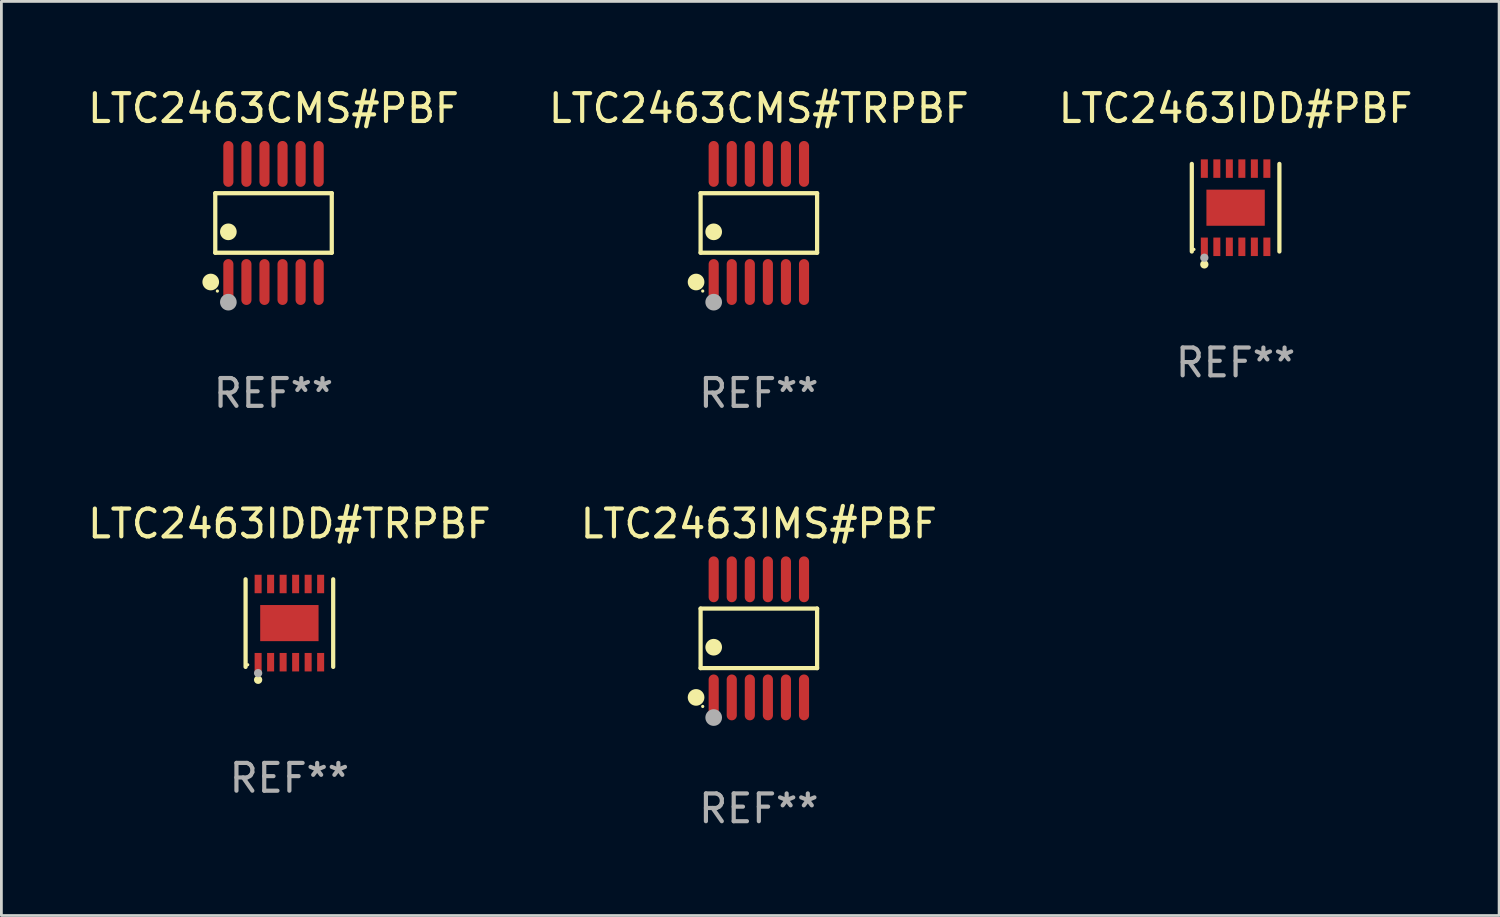
<source format=kicad_pcb>
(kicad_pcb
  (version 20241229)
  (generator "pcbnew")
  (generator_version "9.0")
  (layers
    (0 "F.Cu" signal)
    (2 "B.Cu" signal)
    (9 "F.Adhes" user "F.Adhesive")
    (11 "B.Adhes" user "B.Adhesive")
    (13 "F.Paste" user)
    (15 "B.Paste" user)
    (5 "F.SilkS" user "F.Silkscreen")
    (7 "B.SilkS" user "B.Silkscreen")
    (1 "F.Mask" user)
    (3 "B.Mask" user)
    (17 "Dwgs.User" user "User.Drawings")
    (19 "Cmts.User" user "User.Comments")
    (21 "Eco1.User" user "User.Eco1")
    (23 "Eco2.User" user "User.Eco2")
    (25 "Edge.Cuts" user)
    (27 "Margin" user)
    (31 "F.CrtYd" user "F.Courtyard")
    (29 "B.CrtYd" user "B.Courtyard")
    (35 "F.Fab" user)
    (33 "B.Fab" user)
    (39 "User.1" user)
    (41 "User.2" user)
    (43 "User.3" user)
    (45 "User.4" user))
  (footprint "LTC2463CMS#TRPBF"
    (layer "F.Cu")
    (at 24.256 4.973)
    (property "Reference" "LTC2463CMS#TRPBF" (at 0 -4.125 0) (layer "F.SilkS") (effects (font (size 1 1) (thickness 0.15))))
    (attr through_hole)
    (fp_line (start -2.096 -1.071) (end 2.096 -1.071) (stroke (width 0.152) (type solid)) (layer "F.SilkS"))
    (fp_line (start -2.096 1.071) (end -2.096 -1.071) (stroke (width 0.152) (type solid)) (layer "F.SilkS"))
    (fp_line (start 2.096 -1.071) (end 2.096 1.071) (stroke (width 0.152) (type solid)) (layer "F.SilkS"))
    (fp_line (start 2.096 1.071) (end -2.096 1.071) (stroke (width 0.152) (type solid)) (layer "F.SilkS"))
    (fp_circle (center -2.259 2.125) (end -2.109 2.125) (stroke (width 0.3) (type solid)) (fill no) (layer "F.SilkS"))
    (fp_circle (center -2.02 2.45) (end -1.99 2.45) (stroke (width 0.06) (type solid)) (fill no) (layer "F.SilkS"))
    (fp_circle (center -1.625 0.319) (end -1.475 0.319) (stroke (width 0.3) (type solid)) (fill no) (layer "F.SilkS"))
    (fp_circle (center -1.625 2.85) (end -1.475 2.85) (stroke (width 0.3) (type solid)) (fill no) (layer "F.Fab"))
    (fp_text user "REF**" (at 0 6.125 0) (layer "F.Fab") (effects (font (size 1 1) (thickness 0.15))))
    (pad "1" smd oval (at -1.625 2.125) (size 0.364 1.65) (layers "F.Cu" "F.Mask" "F.Paste"))
    (pad "2" smd oval (at -0.975 2.125) (size 0.364 1.65) (layers "F.Cu" "F.Mask" "F.Paste"))
    (pad "3" smd oval (at -0.325 2.125) (size 0.364 1.65) (layers "F.Cu" "F.Mask" "F.Paste"))
    (pad "4" smd oval (at 0.325 2.125) (size 0.364 1.65) (layers "F.Cu" "F.Mask" "F.Paste"))
    (pad "5" smd oval (at 0.975 2.125) (size 0.364 1.65) (layers "F.Cu" "F.Mask" "F.Paste"))
    (pad "6" smd oval (at 1.625 2.125) (size 0.364 1.65) (layers "F.Cu" "F.Mask" "F.Paste"))
    (pad "7" smd oval (at 1.625 -2.125) (size 0.364 1.65) (layers "F.Cu" "F.Mask" "F.Paste"))
    (pad "8" smd oval (at 0.975 -2.125) (size 0.364 1.65) (layers "F.Cu" "F.Mask" "F.Paste"))
    (pad "9" smd oval (at 0.325 -2.125) (size 0.364 1.65) (layers "F.Cu" "F.Mask" "F.Paste"))
    (pad "10" smd oval (at -0.325 -2.125) (size 0.364 1.65) (layers "F.Cu" "F.Mask" "F.Paste"))
    (pad "11" smd oval (at -0.975 -2.125) (size 0.364 1.65) (layers "F.Cu" "F.Mask" "F.Paste"))
    (pad "12" smd oval (at -1.625 -2.125) (size 0.364 1.65) (layers "F.Cu" "F.Mask" "F.Paste")))
  (footprint "LTC2463IMS#PBF"
    (layer "F.Cu")
    (at 24.256 19.92)
    (property "Reference" "LTC2463IMS#PBF" (at 0 -4.125 0) (layer "F.SilkS") (effects (font (size 1 1) (thickness 0.15))))
    (attr through_hole)
    (fp_line (start -2.096 -1.071) (end 2.096 -1.071) (stroke (width 0.152) (type solid)) (layer "F.SilkS"))
    (fp_line (start -2.096 1.071) (end -2.096 -1.071) (stroke (width 0.152) (type solid)) (layer "F.SilkS"))
    (fp_line (start 2.096 -1.071) (end 2.096 1.071) (stroke (width 0.152) (type solid)) (layer "F.SilkS"))
    (fp_line (start 2.096 1.071) (end -2.096 1.071) (stroke (width 0.152) (type solid)) (layer "F.SilkS"))
    (fp_circle (center -2.259 2.125) (end -2.109 2.125) (stroke (width 0.3) (type solid)) (fill no) (layer "F.SilkS"))
    (fp_circle (center -2.02 2.45) (end -1.99 2.45) (stroke (width 0.06) (type solid)) (fill no) (layer "F.SilkS"))
    (fp_circle (center -1.625 0.319) (end -1.475 0.319) (stroke (width 0.3) (type solid)) (fill no) (layer "F.SilkS"))
    (fp_circle (center -1.625 2.85) (end -1.475 2.85) (stroke (width 0.3) (type solid)) (fill no) (layer "F.Fab"))
    (fp_text user "REF**" (at 0 6.125 0) (layer "F.Fab") (effects (font (size 1 1) (thickness 0.15))))
    (pad "1" smd oval (at -1.625 2.125) (size 0.364 1.65) (layers "F.Cu" "F.Mask" "F.Paste"))
    (pad "2" smd oval (at -0.975 2.125) (size 0.364 1.65) (layers "F.Cu" "F.Mask" "F.Paste"))
    (pad "3" smd oval (at -0.325 2.125) (size 0.364 1.65) (layers "F.Cu" "F.Mask" "F.Paste"))
    (pad "4" smd oval (at 0.325 2.125) (size 0.364 1.65) (layers "F.Cu" "F.Mask" "F.Paste"))
    (pad "5" smd oval (at 0.975 2.125) (size 0.364 1.65) (layers "F.Cu" "F.Mask" "F.Paste"))
    (pad "6" smd oval (at 1.625 2.125) (size 0.364 1.65) (layers "F.Cu" "F.Mask" "F.Paste"))
    (pad "7" smd oval (at 1.625 -2.125) (size 0.364 1.65) (layers "F.Cu" "F.Mask" "F.Paste"))
    (pad "8" smd oval (at 0.975 -2.125) (size 0.364 1.65) (layers "F.Cu" "F.Mask" "F.Paste"))
    (pad "9" smd oval (at 0.325 -2.125) (size 0.364 1.65) (layers "F.Cu" "F.Mask" "F.Paste"))
    (pad "10" smd oval (at -0.325 -2.125) (size 0.364 1.65) (layers "F.Cu" "F.Mask" "F.Paste"))
    (pad "11" smd oval (at -0.975 -2.125) (size 0.364 1.65) (layers "F.Cu" "F.Mask" "F.Paste"))
    (pad "12" smd oval (at -1.625 -2.125) (size 0.364 1.65) (layers "F.Cu" "F.Mask" "F.Paste")))
  (footprint "LTC2463IDD#TRPBF"
    (layer "F.Cu")
    (at 7.363 19.371)
    (property "Reference" "LTC2463IDD#TRPBF" (at 0 -3.576 0) (layer "F.SilkS") (effects (font (size 1 1) (thickness 0.15))))
    (attr through_hole)
    (fp_line (start -1.576 1.576) (end -1.576 -1.576) (stroke (width 0.152) (type solid)) (layer "F.SilkS"))
    (fp_line (start 1.576 1.576) (end 1.576 -1.576) (stroke (width 0.152) (type solid)) (layer "F.SilkS"))
    (fp_circle (center -1.5 1.5) (end -1.47 1.5) (stroke (width 0.06) (type solid)) (fill no) (layer "F.SilkS"))
    (fp_circle (center -1.125 2.04) (end -1.05 2.04) (stroke (width 0.15) (type solid)) (fill no) (layer "F.SilkS"))
    (fp_circle (center -1.125 1.8) (end -1.05 1.8) (stroke (width 0.15) (type solid)) (fill no) (layer "F.Fab"))
    (fp_text user "REF**" (at 0 5.576 0) (layer "F.Fab") (effects (font (size 1 1) (thickness 0.15))))
    (pad "1" smd rect (at -1.125 1.407) (size 0.252 0.665) (layers "F.Cu" "F.Mask" "F.Paste"))
    (pad "2" smd rect (at -0.675 1.407) (size 0.252 0.665) (layers "F.Cu" "F.Mask" "F.Paste"))
    (pad "3" smd rect (at -0.225 1.407) (size 0.252 0.665) (layers "F.Cu" "F.Mask" "F.Paste"))
    (pad "4" smd rect (at 0.225 1.407) (size 0.252 0.665) (layers "F.Cu" "F.Mask" "F.Paste"))
    (pad "5" smd rect (at 0.675 1.407) (size 0.252 0.665) (layers "F.Cu" "F.Mask" "F.Paste"))
    (pad "6" smd rect (at 1.125 1.407) (size 0.252 0.665) (layers "F.Cu" "F.Mask" "F.Paste"))
    (pad "7" smd rect (at 1.125 -1.407) (size 0.252 0.665) (layers "F.Cu" "F.Mask" "F.Paste"))
    (pad "8" smd rect (at 0.675 -1.407) (size 0.252 0.665) (layers "F.Cu" "F.Mask" "F.Paste"))
    (pad "9" smd rect (at 0.225 -1.407) (size 0.252 0.665) (layers "F.Cu" "F.Mask" "F.Paste"))
    (pad "10" smd rect (at -0.225 -1.407) (size 0.252 0.665) (layers "F.Cu" "F.Mask" "F.Paste"))
    (pad "11" smd rect (at -0.675 -1.407) (size 0.252 0.665) (layers "F.Cu" "F.Mask" "F.Paste"))
    (pad "12" smd rect (at -1.125 -1.407) (size 0.252 0.665) (layers "F.Cu" "F.Mask" "F.Paste"))
    (pad "13" smd rect (at 0 0) (size 2.1 1.3) (layers "F.Cu" "F.Mask" "F.Paste")))
  (footprint "LTC2463IDD#PBF"
    (layer "F.Cu")
    (at 41.411 4.424)
    (property "Reference" "LTC2463IDD#PBF" (at 0 -3.576 0) (layer "F.SilkS") (effects (font (size 1 1) (thickness 0.15))))
    (attr through_hole)
    (fp_line (start -1.576 1.576) (end -1.576 -1.576) (stroke (width 0.152) (type solid)) (layer "F.SilkS"))
    (fp_line (start 1.576 1.576) (end 1.576 -1.576) (stroke (width 0.152) (type solid)) (layer "F.SilkS"))
    (fp_circle (center -1.5 1.5) (end -1.47 1.5) (stroke (width 0.06) (type solid)) (fill no) (layer "F.SilkS"))
    (fp_circle (center -1.125 2.04) (end -1.05 2.04) (stroke (width 0.15) (type solid)) (fill no) (layer "F.SilkS"))
    (fp_circle (center -1.125 1.8) (end -1.05 1.8) (stroke (width 0.15) (type solid)) (fill no) (layer "F.Fab"))
    (fp_text user "REF**" (at 0 5.576 0) (layer "F.Fab") (effects (font (size 1 1) (thickness 0.15))))
    (pad "1" smd rect (at -1.125 1.407) (size 0.252 0.665) (layers "F.Cu" "F.Mask" "F.Paste"))
    (pad "2" smd rect (at -0.675 1.407) (size 0.252 0.665) (layers "F.Cu" "F.Mask" "F.Paste"))
    (pad "3" smd rect (at -0.225 1.407) (size 0.252 0.665) (layers "F.Cu" "F.Mask" "F.Paste"))
    (pad "4" smd rect (at 0.225 1.407) (size 0.252 0.665) (layers "F.Cu" "F.Mask" "F.Paste"))
    (pad "5" smd rect (at 0.675 1.407) (size 0.252 0.665) (layers "F.Cu" "F.Mask" "F.Paste"))
    (pad "6" smd rect (at 1.125 1.407) (size 0.252 0.665) (layers "F.Cu" "F.Mask" "F.Paste"))
    (pad "7" smd rect (at 1.125 -1.407) (size 0.252 0.665) (layers "F.Cu" "F.Mask" "F.Paste"))
    (pad "8" smd rect (at 0.675 -1.407) (size 0.252 0.665) (layers "F.Cu" "F.Mask" "F.Paste"))
    (pad "9" smd rect (at 0.225 -1.407) (size 0.252 0.665) (layers "F.Cu" "F.Mask" "F.Paste"))
    (pad "10" smd rect (at -0.225 -1.407) (size 0.252 0.665) (layers "F.Cu" "F.Mask" "F.Paste"))
    (pad "11" smd rect (at -0.675 -1.407) (size 0.252 0.665) (layers "F.Cu" "F.Mask" "F.Paste"))
    (pad "12" smd rect (at -1.125 -1.407) (size 0.252 0.665) (layers "F.Cu" "F.Mask" "F.Paste"))
    (pad "13" smd rect (at 0 0) (size 2.1 1.3) (layers "F.Cu" "F.Mask" "F.Paste")))
  (footprint "LTC2463CMS#PBF"
    (layer "F.Cu")
    (at 6.792 4.973)
    (property "Reference" "LTC2463CMS#PBF" (at 0 -4.125 0) (layer "F.SilkS") (effects (font (size 1 1) (thickness 0.15))))
    (attr through_hole)
    (fp_line (start -2.096 -1.071) (end 2.096 -1.071) (stroke (width 0.152) (type solid)) (layer "F.SilkS"))
    (fp_line (start -2.096 1.071) (end -2.096 -1.071) (stroke (width 0.152) (type solid)) (layer "F.SilkS"))
    (fp_line (start 2.096 -1.071) (end 2.096 1.071) (stroke (width 0.152) (type solid)) (layer "F.SilkS"))
    (fp_line (start 2.096 1.071) (end -2.096 1.071) (stroke (width 0.152) (type solid)) (layer "F.SilkS"))
    (fp_circle (center -2.259 2.125) (end -2.109 2.125) (stroke (width 0.3) (type solid)) (fill no) (layer "F.SilkS"))
    (fp_circle (center -2.02 2.45) (end -1.99 2.45) (stroke (width 0.06) (type solid)) (fill no) (layer "F.SilkS"))
    (fp_circle (center -1.625 0.319) (end -1.475 0.319) (stroke (width 0.3) (type solid)) (fill no) (layer "F.SilkS"))
    (fp_circle (center -1.625 2.85) (end -1.475 2.85) (stroke (width 0.3) (type solid)) (fill no) (layer "F.Fab"))
    (fp_text user "REF**" (at 0 6.125 0) (layer "F.Fab") (effects (font (size 1 1) (thickness 0.15))))
    (pad "1" smd oval (at -1.625 2.125) (size 0.364 1.65) (layers "F.Cu" "F.Mask" "F.Paste"))
    (pad "2" smd oval (at -0.975 2.125) (size 0.364 1.65) (layers "F.Cu" "F.Mask" "F.Paste"))
    (pad "3" smd oval (at -0.325 2.125) (size 0.364 1.65) (layers "F.Cu" "F.Mask" "F.Paste"))
    (pad "4" smd oval (at 0.325 2.125) (size 0.364 1.65) (layers "F.Cu" "F.Mask" "F.Paste"))
    (pad "5" smd oval (at 0.975 2.125) (size 0.364 1.65) (layers "F.Cu" "F.Mask" "F.Paste"))
    (pad "6" smd oval (at 1.625 2.125) (size 0.364 1.65) (layers "F.Cu" "F.Mask" "F.Paste"))
    (pad "7" smd oval (at 1.625 -2.125) (size 0.364 1.65) (layers "F.Cu" "F.Mask" "F.Paste"))
    (pad "8" smd oval (at 0.975 -2.125) (size 0.364 1.65) (layers "F.Cu" "F.Mask" "F.Paste"))
    (pad "9" smd oval (at 0.325 -2.125) (size 0.364 1.65) (layers "F.Cu" "F.Mask" "F.Paste"))
    (pad "10" smd oval (at -0.325 -2.125) (size 0.364 1.65) (layers "F.Cu" "F.Mask" "F.Paste"))
    (pad "11" smd oval (at -0.975 -2.125) (size 0.364 1.65) (layers "F.Cu" "F.Mask" "F.Paste"))
    (pad "12" smd oval (at -1.625 -2.125) (size 0.364 1.65) (layers "F.Cu" "F.Mask" "F.Paste")))
  (gr_rect
    (start -3 -3)
    (end 50.893 29.893)
    (stroke (width 0.1) (type default))
    (fill no)
    (layer "Edge.Cuts")))
</source>
